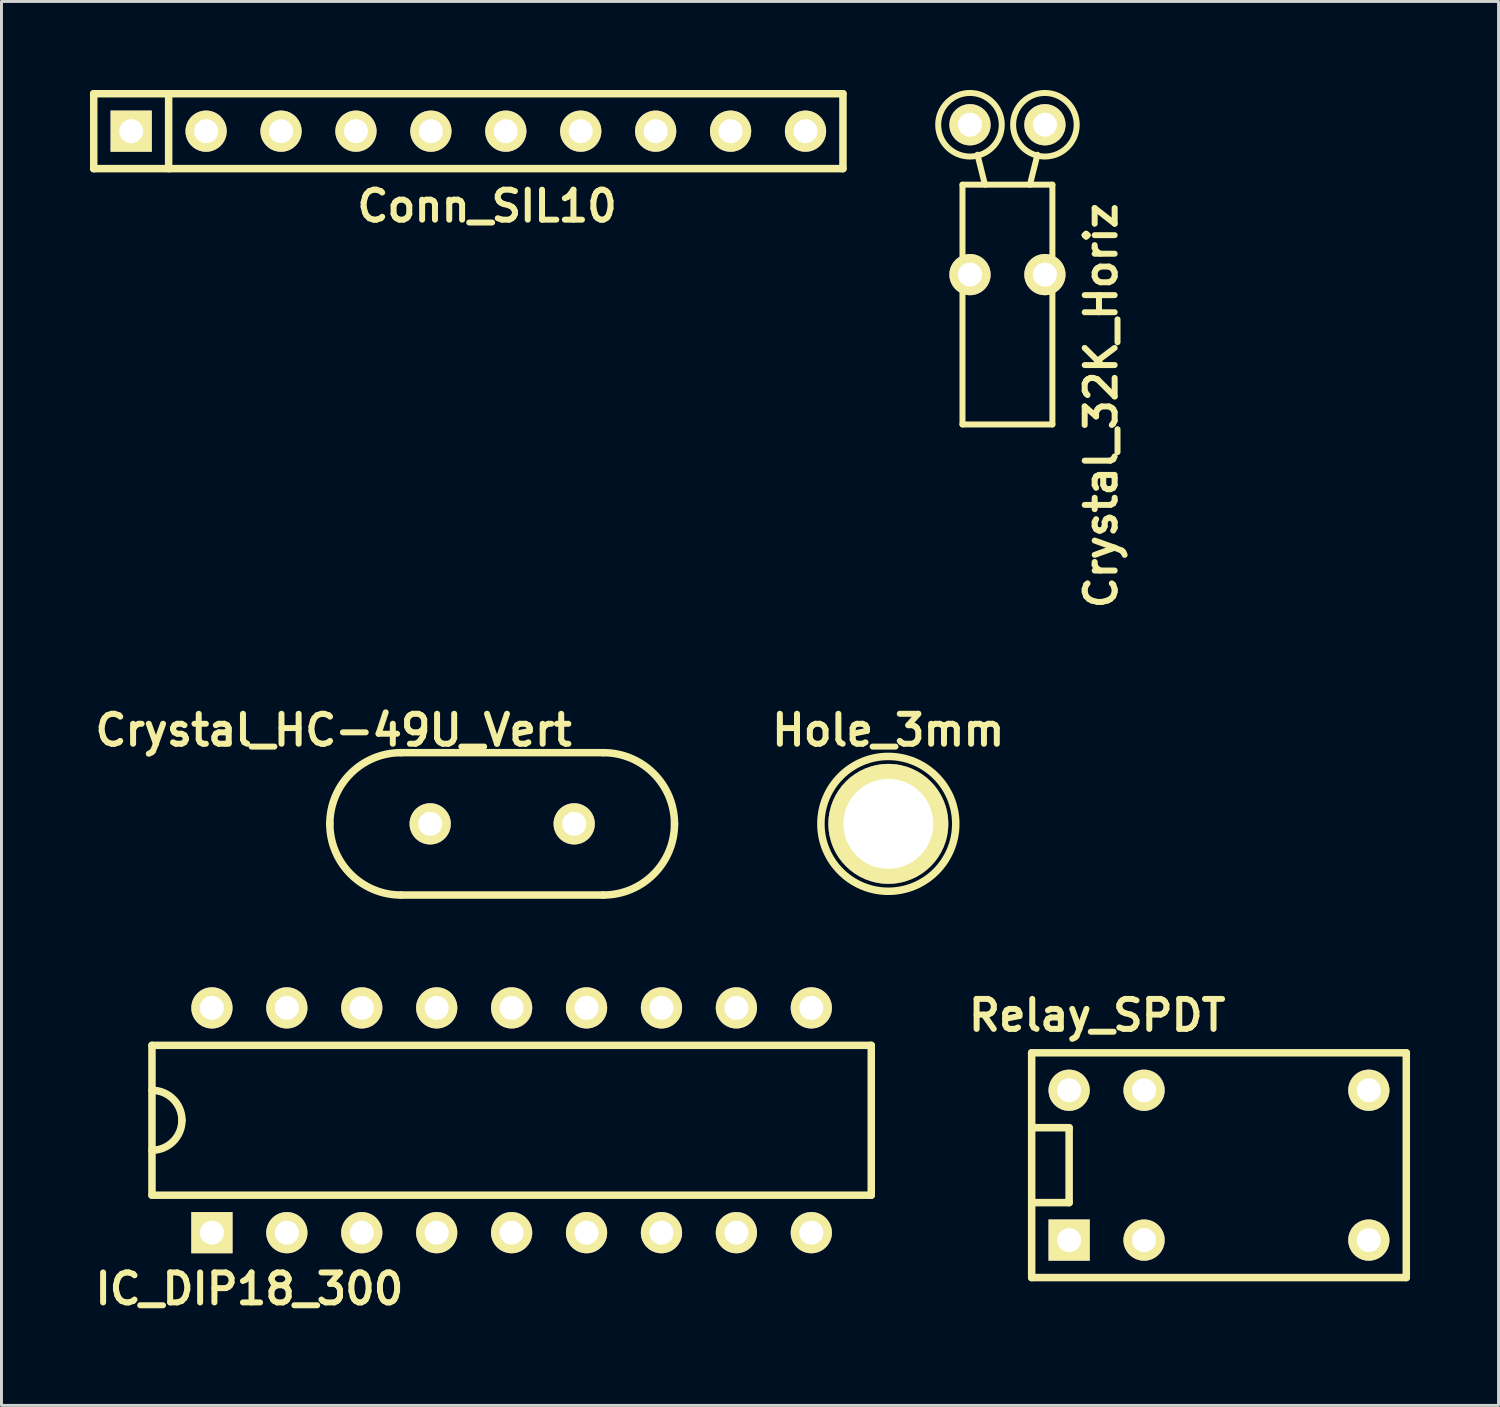
<source format=kicad_pcb>
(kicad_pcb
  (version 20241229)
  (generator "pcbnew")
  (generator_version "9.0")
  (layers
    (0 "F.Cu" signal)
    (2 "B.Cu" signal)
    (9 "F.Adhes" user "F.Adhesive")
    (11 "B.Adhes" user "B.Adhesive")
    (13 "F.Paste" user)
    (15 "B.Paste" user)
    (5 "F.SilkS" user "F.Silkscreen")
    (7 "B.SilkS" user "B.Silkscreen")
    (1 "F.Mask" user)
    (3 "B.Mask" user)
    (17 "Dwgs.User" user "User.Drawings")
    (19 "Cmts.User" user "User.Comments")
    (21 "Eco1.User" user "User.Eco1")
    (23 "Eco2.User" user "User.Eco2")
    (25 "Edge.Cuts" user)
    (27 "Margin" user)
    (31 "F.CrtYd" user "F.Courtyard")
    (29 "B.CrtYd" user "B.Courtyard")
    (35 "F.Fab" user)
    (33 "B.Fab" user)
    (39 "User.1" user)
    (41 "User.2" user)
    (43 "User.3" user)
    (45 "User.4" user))
  (footprint "Crystal_32K_Horiz"
    (layer "F.Cu")
    (at 31.103 1.179)
    (property "Reference" "Crystal_32K_Horiz" (at 3.175 9.525 90) (layer "F.SilkS") (effects (font (size 1.016 1.016) (thickness 0.203))))
    (attr through_hole)
    (fp_line (start -1.524 2.032) (end -1.524 10.16) (stroke (width 0.203) (type solid)) (layer "F.SilkS"))
    (fp_line (start -1.524 10.16) (end 1.524 10.16) (stroke (width 0.203) (type solid)) (layer "F.SilkS"))
    (fp_line (start -0.762 2.032) (end -1.016 1.016) (stroke (width 0.203) (type solid)) (layer "F.SilkS"))
    (fp_line (start 0.762 2.032) (end 1.016 1.016) (stroke (width 0.203) (type solid)) (layer "F.SilkS"))
    (fp_line (start 1.524 2.032) (end -1.524 2.032) (stroke (width 0.203) (type solid)) (layer "F.SilkS"))
    (fp_line (start 1.524 10.16) (end 1.524 2.032) (stroke (width 0.203) (type solid)) (layer "F.SilkS"))
    (fp_circle (center -1.27 0) (end -2.032 -0.762) (stroke (width 0.203) (type solid)) (fill no) (layer "F.SilkS"))
    (fp_circle (center 1.27 0) (end 0.508 -0.762) (stroke (width 0.203) (type solid)) (fill no) (layer "F.SilkS"))
    (pad "1" thru_hole circle (at -1.27 0) (size 1.397 1.397) (drill 0.813) (layers "*.Cu" "*.Mask" "F.SilkS"))
    (pad "2" thru_hole circle (at 1.27 0) (size 1.397 1.397) (drill 0.813) (layers "*.Cu" "*.Mask" "F.SilkS"))
    (pad "~" thru_hole circle (at -1.27 5.08) (size 1.397 1.397) (drill 0.813) (layers "*.Cu" "*.Mask" "F.SilkS"))
    (pad "~" thru_hole circle (at 1.27 5.08) (size 1.397 1.397) (drill 0.813) (layers "*.Cu" "*.Mask" "F.SilkS")))
  (footprint "Relay_SPDT"
    (layer "F.Cu")
    (at 38.274 36.45)
    (property "Reference" "Relay_SPDT" (at -4.128 -5.08 0) (layer "F.SilkS") (effects (font (size 1.016 1.016) (thickness 0.203))))
    (attr through_hole)
    (fp_line (start -6.35 -3.81) (end -6.35 3.81) (stroke (width 0.254) (type solid)) (layer "F.SilkS"))
    (fp_line (start -6.35 -1.27) (end -5.08 -1.27) (stroke (width 0.254) (type solid)) (layer "F.SilkS"))
    (fp_line (start -6.35 3.81) (end 6.35 3.81) (stroke (width 0.254) (type solid)) (layer "F.SilkS"))
    (fp_line (start -5.08 -1.27) (end -5.08 1.27) (stroke (width 0.254) (type solid)) (layer "F.SilkS"))
    (fp_line (start -5.08 1.27) (end -6.35 1.27) (stroke (width 0.254) (type solid)) (layer "F.SilkS"))
    (fp_line (start 6.35 -3.81) (end -6.35 -3.81) (stroke (width 0.254) (type solid)) (layer "F.SilkS"))
    (fp_line (start 6.35 3.81) (end 6.35 -3.81) (stroke (width 0.254) (type solid)) (layer "F.SilkS"))
    (pad "1" thru_hole rect (at -5.08 2.54) (size 1.397 1.397) (drill 0.813) (layers "*.Cu" "*.Mask" "F.SilkS"))
    (pad "2" thru_hole circle (at -2.54 2.54) (size 1.397 1.397) (drill 0.813) (layers "*.Cu" "*.Mask" "F.SilkS"))
    (pad "5" thru_hole circle (at 5.08 2.54) (size 1.397 1.397) (drill 0.813) (layers "*.Cu" "*.Mask" "F.SilkS"))
    (pad "6" thru_hole circle (at 5.08 -2.54) (size 1.397 1.397) (drill 0.813) (layers "*.Cu" "*.Mask" "F.SilkS"))
    (pad "9" thru_hole circle (at -2.54 -2.54) (size 1.397 1.397) (drill 0.813) (layers "*.Cu" "*.Mask" "F.SilkS"))
    (pad "10" thru_hole circle (at -5.08 -2.54) (size 1.397 1.397) (drill 0.813) (layers "*.Cu" "*.Mask" "F.SilkS")))
  (footprint "Crystal_HC-49U_Vert"
    (layer "F.Cu")
    (at 13.974 24.879)
    (property "Reference" "Crystal_HC-49U_Vert" (at -5.715 -3.175 0) (layer "F.SilkS") (effects (font (size 1.016 1.016) (thickness 0.203))))
    (attr through_hole)
    (fp_line (start -3.429 2.413) (end 3.429 2.413) (stroke (width 0.254) (type solid)) (layer "F.SilkS"))
    (fp_line (start 3.429 -2.413) (end -3.429 -2.413) (stroke (width 0.254) (type solid)) (layer "F.SilkS"))
    (fp_arc (start -5.842 0) (mid -5.135249 -1.706249) (end -3.429 -2.413) (stroke (width 0.254) (type solid)) (layer "F.SilkS"))
    (fp_arc (start -3.429 2.413) (mid -5.135249 1.706249) (end -5.842 0) (stroke (width 0.254) (type solid)) (layer "F.SilkS"))
    (fp_arc (start 3.429 -2.413) (mid 5.135249 -1.706249) (end 5.842 0) (stroke (width 0.254) (type solid)) (layer "F.SilkS"))
    (fp_arc (start 5.842 0) (mid 5.135249 1.706249) (end 3.429 2.413) (stroke (width 0.254) (type solid)) (layer "F.SilkS"))
    (pad "1" thru_hole circle (at -2.441 0) (size 1.397 1.397) (drill 0.813) (layers "*.Cu" "*.Mask" "F.SilkS"))
    (pad "2" thru_hole circle (at 2.441 0) (size 1.397 1.397) (drill 0.813) (layers "*.Cu" "*.Mask" "F.SilkS")))
  (footprint "Conn_SIL10"
    (layer "F.Cu")
    (at 12.827 1.397)
    (property "Reference" "Conn_SIL10" (at 0.635 2.54 0) (layer "F.SilkS") (effects (font (size 1.016 1.016) (thickness 0.203))))
    (attr through_hole)
    (fp_line (start -12.7 -1.27) (end 12.7 -1.27) (stroke (width 0.254) (type solid)) (layer "F.SilkS"))
    (fp_line (start -12.7 1.27) (end -12.7 -1.27) (stroke (width 0.254) (type solid)) (layer "F.SilkS"))
    (fp_line (start -10.16 1.27) (end -10.16 -1.27) (stroke (width 0.254) (type solid)) (layer "F.SilkS"))
    (fp_line (start 12.7 -1.27) (end 12.7 1.27) (stroke (width 0.254) (type solid)) (layer "F.SilkS"))
    (fp_line (start 12.7 1.27) (end -12.7 1.27) (stroke (width 0.254) (type solid)) (layer "F.SilkS"))
    (pad "1" thru_hole rect (at -11.43 0) (size 1.397 1.397) (drill 0.813) (layers "*.Cu" "*.Mask" "F.SilkS"))
    (pad "2" thru_hole circle (at -8.89 0) (size 1.397 1.397) (drill 0.813) (layers "*.Cu" "*.Mask" "F.SilkS"))
    (pad "3" thru_hole circle (at -6.35 0) (size 1.397 1.397) (drill 0.813) (layers "*.Cu" "*.Mask" "F.SilkS"))
    (pad "4" thru_hole circle (at -3.81 0) (size 1.397 1.397) (drill 0.813) (layers "*.Cu" "*.Mask" "F.SilkS"))
    (pad "5" thru_hole circle (at -1.27 0) (size 1.397 1.397) (drill 0.813) (layers "*.Cu" "*.Mask" "F.SilkS"))
    (pad "6" thru_hole circle (at 1.27 0) (size 1.397 1.397) (drill 0.813) (layers "*.Cu" "*.Mask" "F.SilkS"))
    (pad "7" thru_hole circle (at 3.81 0) (size 1.397 1.397) (drill 0.813) (layers "*.Cu" "*.Mask" "F.SilkS"))
    (pad "8" thru_hole circle (at 6.35 0) (size 1.397 1.397) (drill 0.813) (layers "*.Cu" "*.Mask" "F.SilkS"))
    (pad "9" thru_hole circle (at 8.89 0) (size 1.397 1.397) (drill 0.813) (layers "*.Cu" "*.Mask" "F.SilkS"))
    (pad "10" thru_hole circle (at 11.43 0) (size 1.397 1.397) (drill 0.813) (layers "*.Cu" "*.Mask" "F.SilkS")))
  (footprint "IC_DIP18_300"
    (layer "F.Cu")
    (at 14.294 34.928)
    (property "Reference" "IC_DIP18_300" (at -8.89 5.715 0) (layer "F.SilkS") (effects (font (size 1.016 1.016) (thickness 0.203))))
    (attr through_hole)
    (fp_line (start -12.192 -2.54) (end 12.192 -2.54) (stroke (width 0.254) (type solid)) (layer "F.SilkS"))
    (fp_line (start -12.192 2.54) (end -12.192 -2.54) (stroke (width 0.254) (type solid)) (layer "F.SilkS"))
    (fp_line (start 12.192 -2.54) (end 12.192 2.54) (stroke (width 0.254) (type solid)) (layer "F.SilkS"))
    (fp_line (start 12.192 2.54) (end -12.192 2.54) (stroke (width 0.254) (type solid)) (layer "F.SilkS"))
    (fp_arc (start -12.192 -1.016) (mid -11.47358 -0.71842) (end -11.176 0) (stroke (width 0.254) (type solid)) (layer "F.SilkS"))
    (fp_arc (start -11.176 0) (mid -11.47358 0.71842) (end -12.192 1.016) (stroke (width 0.254) (type solid)) (layer "F.SilkS"))
    (pad "1" thru_hole rect (at -10.16 3.81) (size 1.397 1.397) (drill 0.813) (layers "*.Cu" "*.Mask" "F.SilkS"))
    (pad "2" thru_hole circle (at -7.62 3.81) (size 1.397 1.397) (drill 0.813) (layers "*.Cu" "*.Mask" "F.SilkS"))
    (pad "3" thru_hole circle (at -5.08 3.81) (size 1.397 1.397) (drill 0.813) (layers "*.Cu" "*.Mask" "F.SilkS"))
    (pad "4" thru_hole circle (at -2.54 3.81) (size 1.397 1.397) (drill 0.813) (layers "*.Cu" "*.Mask" "F.SilkS"))
    (pad "5" thru_hole circle (at 0 3.81) (size 1.397 1.397) (drill 0.813) (layers "*.Cu" "*.Mask" "F.SilkS"))
    (pad "6" thru_hole circle (at 2.54 3.81) (size 1.397 1.397) (drill 0.813) (layers "*.Cu" "*.Mask" "F.SilkS"))
    (pad "7" thru_hole circle (at 5.08 3.81) (size 1.397 1.397) (drill 0.813) (layers "*.Cu" "*.Mask" "F.SilkS"))
    (pad "8" thru_hole circle (at 7.62 3.81) (size 1.397 1.397) (drill 0.813) (layers "*.Cu" "*.Mask" "F.SilkS"))
    (pad "9" thru_hole circle (at 10.16 3.81) (size 1.397 1.397) (drill 0.813) (layers "*.Cu" "*.Mask" "F.SilkS"))
    (pad "10" thru_hole circle (at 10.16 -3.81) (size 1.397 1.397) (drill 0.813) (layers "*.Cu" "*.Mask" "F.SilkS"))
    (pad "11" thru_hole circle (at 7.62 -3.81) (size 1.397 1.397) (drill 0.813) (layers "*.Cu" "*.Mask" "F.SilkS"))
    (pad "12" thru_hole circle (at 5.08 -3.81) (size 1.397 1.397) (drill 0.813) (layers "*.Cu" "*.Mask" "F.SilkS"))
    (pad "13" thru_hole circle (at 2.54 -3.81) (size 1.397 1.397) (drill 0.813) (layers "*.Cu" "*.Mask" "F.SilkS"))
    (pad "14" thru_hole circle (at 0 -3.81) (size 1.397 1.397) (drill 0.813) (layers "*.Cu" "*.Mask" "F.SilkS"))
    (pad "15" thru_hole circle (at -2.54 -3.81) (size 1.397 1.397) (drill 0.813) (layers "*.Cu" "*.Mask" "F.SilkS"))
    (pad "16" thru_hole circle (at -5.08 -3.81) (size 1.397 1.397) (drill 0.813) (layers "*.Cu" "*.Mask" "F.SilkS"))
    (pad "17" thru_hole circle (at -7.62 -3.81) (size 1.397 1.397) (drill 0.813) (layers "*.Cu" "*.Mask" "F.SilkS"))
    (pad "18" thru_hole circle (at -10.16 -3.81) (size 1.397 1.397) (drill 0.813) (layers "*.Cu" "*.Mask" "F.SilkS")))
  (footprint "Hole_3mm"
    (layer "F.Cu")
    (at 27.065 24.879)
    (property "Reference" "Hole_3mm" (at 0 -3.175 0) (layer "F.SilkS") (effects (font (size 1.016 1.016) (thickness 0.203))))
    (attr through_hole)
    (fp_circle (center 0 0) (end 0 -2.286) (stroke (width 0.254) (type solid)) (fill no) (layer "F.SilkS"))
    (pad "1" thru_hole circle (at 0 0) (size 4.064 4.064) (drill 3.048) (layers "*.Cu" "*.Mask" "F.SilkS")))
  (gr_rect
    (start -3 -3)
    (end 47.751 44.594)
    (stroke (width 0.1) (type default))
    (fill no)
    (layer "Edge.Cuts")))
</source>
